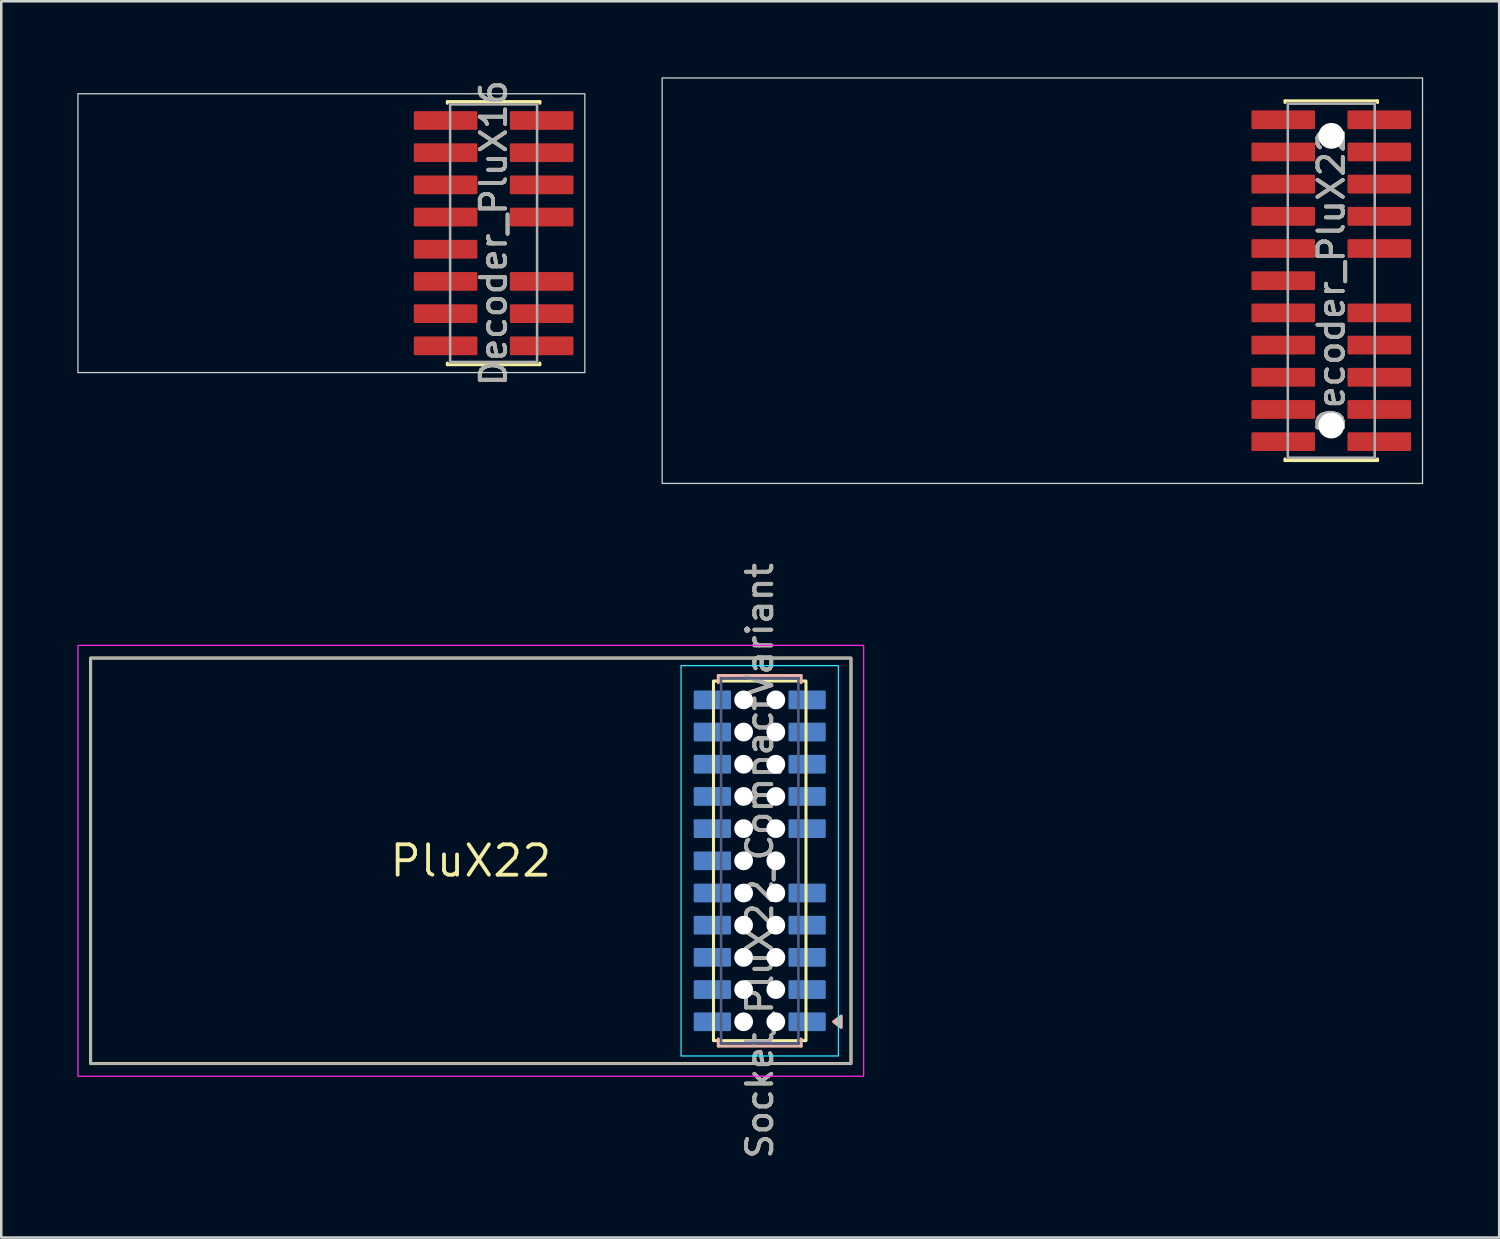
<source format=kicad_pcb>
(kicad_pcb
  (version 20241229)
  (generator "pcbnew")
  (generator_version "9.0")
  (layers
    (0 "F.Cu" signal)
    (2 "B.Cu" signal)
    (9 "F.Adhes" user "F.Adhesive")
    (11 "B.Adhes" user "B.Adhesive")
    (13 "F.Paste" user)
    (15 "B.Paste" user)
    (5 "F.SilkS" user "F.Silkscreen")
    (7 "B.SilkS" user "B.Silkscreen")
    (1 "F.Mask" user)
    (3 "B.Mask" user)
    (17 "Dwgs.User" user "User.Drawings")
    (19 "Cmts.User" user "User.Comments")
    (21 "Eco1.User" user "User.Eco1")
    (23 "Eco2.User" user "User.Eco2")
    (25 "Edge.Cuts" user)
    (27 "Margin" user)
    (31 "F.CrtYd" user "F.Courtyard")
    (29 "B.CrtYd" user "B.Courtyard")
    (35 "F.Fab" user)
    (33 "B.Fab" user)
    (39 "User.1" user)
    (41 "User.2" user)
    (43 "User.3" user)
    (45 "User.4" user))
  (footprint "Socket_PluX22_CompactVariant"
    (layer "F.Cu")
    (at 26.925 30.913)
    (property "Reference" "Socket_PluX22_CompactVariant" (at 0 0 90) (unlocked yes) (layer "F.SilkS") (effects (font (size 1 1) (thickness 0.15))))
    (attr smd)
    (fp_rect (start -26.4 -8) (end 3.6 8) (stroke (width 0.12) (type default)) (fill no) (layer "F.SilkS"))
    (fp_rect (start -1.825 -7.095) (end 1.825 7.095) (stroke (width 0.12) (type solid)) (fill no) (layer "F.SilkS"))
    (fp_line (start -1.635 -7.31) (end -1.635 -7.03) (stroke (width 0.12) (type solid)) (layer "B.SilkS"))
    (fp_line (start -1.635 7.31) (end -1.635 7.03) (stroke (width 0.12) (type default)) (layer "B.SilkS"))
    (fp_line (start -1.635 7.31) (end 1.635 7.31) (stroke (width 0.12) (type default)) (layer "B.SilkS"))
    (fp_line (start 1.635 -7.31) (end -1.635 -7.31) (stroke (width 0.12) (type default)) (layer "B.SilkS"))
    (fp_line (start 1.635 -7.31) (end 1.635 -7.03) (stroke (width 0.12) (type default)) (layer "B.SilkS"))
    (fp_line (start 1.635 7.31) (end 1.635 7.03) (stroke (width 0.12) (type solid)) (layer "B.SilkS"))
    (fp_poly (pts (xy 2.915 6.35) (xy 3.215 6.125) (xy 3.215 6.575)) (stroke (width 0.12) (type solid)) (fill yes) (layer "B.SilkS"))
    (fp_rect (start -3.105 -7.7) (end 3.105 7.7) (stroke (width 0.05) (type solid)) (fill no) (layer "B.CrtYd"))
    (fp_rect (start -26.9 -8.5) (end 4.1 8.5) (stroke (width 0.05) (type default)) (fill no) (layer "F.CrtYd"))
    (fp_rect (start 1.525 -7.2) (end -1.525 7.2) (stroke (width 0.1) (type solid)) (fill no) (layer "B.Fab"))
    (fp_rect (start -26.4 -8) (end 3.6 8) (stroke (width 0.1) (type solid)) (fill no) (layer "F.Fab"))
    (fp_text user "PluX22" (at -11.4 0 0) (unlocked yes) (layer "F.SilkS") (effects (font (size 1.2 1.2) (thickness 0.15))))
    (fp_text user "${REFERENCE}" (at 0 0 90) (unlocked yes) (layer "F.Fab") (effects (font (size 1 1) (thickness 0.15))))
    (pad "" np_thru_hole circle (at -0.635 -6.35) (size 0.74 0.74) (drill 0.74) (layers "*.Cu" "*.Mask"))
    (pad "" np_thru_hole circle (at -0.635 -5.08) (size 0.74 0.74) (drill 0.74) (layers "*.Cu" "*.Mask"))
    (pad "" np_thru_hole circle (at -0.635 -3.81) (size 0.74 0.74) (drill 0.74) (layers "*.Cu" "*.Mask"))
    (pad "" np_thru_hole circle (at -0.635 -2.54) (size 0.74 0.74) (drill 0.74) (layers "*.Cu" "*.Mask"))
    (pad "" np_thru_hole circle (at -0.635 -1.27) (size 0.74 0.74) (drill 0.74) (layers "*.Cu" "*.Mask"))
    (pad "" np_thru_hole circle (at -0.635 0) (size 0.74 0.74) (drill 0.74) (layers "*.Cu" "*.Mask"))
    (pad "" np_thru_hole circle (at -0.635 1.27) (size 0.74 0.74) (drill 0.74) (layers "*.Cu" "*.Mask"))
    (pad "" np_thru_hole circle (at -0.635 2.54) (size 0.74 0.74) (drill 0.74) (layers "*.Cu" "*.Mask"))
    (pad "" np_thru_hole circle (at -0.635 3.81) (size 0.74 0.74) (drill 0.74) (layers "*.Cu" "*.Mask"))
    (pad "" np_thru_hole circle (at -0.635 5.08) (size 0.74 0.74) (drill 0.74) (layers "*.Cu" "*.Mask"))
    (pad "" np_thru_hole circle (at -0.635 6.35) (size 0.74 0.74) (drill 0.74) (layers "*.Cu" "*.Mask"))
    (pad "" np_thru_hole circle (at 0.635 -6.35) (size 0.74 0.74) (drill 0.74) (layers "*.Cu" "*.Mask"))
    (pad "" np_thru_hole circle (at 0.635 -5.08) (size 0.74 0.74) (drill 0.74) (layers "*.Cu" "*.Mask"))
    (pad "" np_thru_hole circle (at 0.635 -3.81) (size 0.74 0.74) (drill 0.74) (layers "*.Cu" "*.Mask"))
    (pad "" np_thru_hole circle (at 0.635 -2.54) (size 0.74 0.74) (drill 0.74) (layers "*.Cu" "*.Mask"))
    (pad "" np_thru_hole circle (at 0.635 -1.27) (size 0.74 0.74) (drill 0.74) (layers "*.Cu" "*.Mask"))
    (pad "" np_thru_hole circle (at 0.635 0) (size 0.74 0.74) (drill 0.74) (layers "*.Cu" "*.Mask"))
    (pad "" np_thru_hole circle (at 0.635 1.27) (size 0.74 0.74) (drill 0.74) (layers "*.Cu" "*.Mask"))
    (pad "" np_thru_hole circle (at 0.635 2.54) (size 0.74 0.74) (drill 0.74) (layers "*.Cu" "*.Mask"))
    (pad "" np_thru_hole circle (at 0.635 3.81) (size 0.74 0.74) (drill 0.74) (layers "*.Cu" "*.Mask"))
    (pad "" np_thru_hole circle (at 0.635 5.08) (size 0.74 0.74) (drill 0.74) (layers "*.Cu" "*.Mask"))
    (pad "" np_thru_hole circle (at 0.635 6.35) (size 0.74 0.74) (drill 0.74) (layers "*.Cu" "*.Mask"))
    (pad "1" smd roundrect (at 1.87 6.35) (size 1.47 0.74) (layers "B.Cu" "B.Mask" "B.Paste") (roundrect_rratio 0.068))
    (pad "2" smd roundrect (at -1.87 6.35) (size 1.47 0.74) (layers "B.Cu" "B.Mask" "B.Paste") (roundrect_rratio 0.068))
    (pad "3" smd roundrect (at 1.87 5.08) (size 1.47 0.74) (layers "B.Cu" "B.Mask" "B.Paste") (roundrect_rratio 0.068))
    (pad "4" smd roundrect (at -1.87 5.08) (size 1.47 0.74) (layers "B.Cu" "B.Mask" "B.Paste") (roundrect_rratio 0.068))
    (pad "5" smd roundrect (at 1.87 3.81) (size 1.47 0.74) (layers "B.Cu" "B.Mask" "B.Paste") (roundrect_rratio 0.068))
    (pad "6" smd roundrect (at -1.87 3.81) (size 1.47 0.74) (layers "B.Cu" "B.Mask" "B.Paste") (roundrect_rratio 0.068))
    (pad "7" smd roundrect (at 1.87 2.54) (size 1.47 0.74) (layers "B.Cu" "B.Mask" "B.Paste") (roundrect_rratio 0.068))
    (pad "8" smd roundrect (at -1.87 2.54) (size 1.47 0.74) (layers "B.Cu" "B.Mask" "B.Paste") (roundrect_rratio 0.068))
    (pad "9" smd roundrect (at 1.87 1.27) (size 1.47 0.74) (layers "B.Cu" "B.Mask" "B.Paste") (roundrect_rratio 0.068))
    (pad "10" smd roundrect (at -1.87 1.27) (size 1.47 0.74) (layers "B.Cu" "B.Mask" "B.Paste") (roundrect_rratio 0.068))
    (pad "12" smd roundrect (at -1.87 0) (size 1.47 0.74) (layers "B.Cu" "B.Mask" "B.Paste") (roundrect_rratio 0.068))
    (pad "13" smd roundrect (at 1.87 -1.27) (size 1.47 0.74) (layers "B.Cu" "B.Mask" "B.Paste") (roundrect_rratio 0.068))
    (pad "14" smd roundrect (at -1.87 -1.27) (size 1.47 0.74) (layers "B.Cu" "B.Mask" "B.Paste") (roundrect_rratio 0.068))
    (pad "15" smd roundrect (at 1.87 -2.54) (size 1.47 0.74) (layers "B.Cu" "B.Mask" "B.Paste") (roundrect_rratio 0.068))
    (pad "16" smd roundrect (at -1.87 -2.54) (size 1.47 0.74) (layers "B.Cu" "B.Mask" "B.Paste") (roundrect_rratio 0.068))
    (pad "17" smd roundrect (at 1.87 -3.81) (size 1.47 0.74) (layers "B.Cu" "B.Mask" "B.Paste") (roundrect_rratio 0.068))
    (pad "18" smd roundrect (at -1.87 -3.81) (size 1.47 0.74) (layers "B.Cu" "B.Mask" "B.Paste") (roundrect_rratio 0.068))
    (pad "19" smd roundrect (at 1.87 -5.08) (size 1.47 0.74) (layers "B.Cu" "B.Mask" "B.Paste") (roundrect_rratio 0.068))
    (pad "20" smd roundrect (at -1.87 -5.08) (size 1.47 0.74) (layers "B.Cu" "B.Mask" "B.Paste") (roundrect_rratio 0.068))
    (pad "21" smd roundrect (at 1.87 -6.35) (size 1.47 0.74) (layers "B.Cu" "B.Mask" "B.Paste") (roundrect_rratio 0.068))
    (pad "22" smd roundrect (at -1.87 -6.35) (size 1.47 0.74) (layers "B.Cu" "B.Mask" "B.Paste") (roundrect_rratio 0.068)))
  (footprint "Decoder_PluX16"
    (layer "F.Cu")
    (at 16.425 6.149)
    (property "Reference" "Decoder_PluX16" (at 0 0 90) (unlocked yes) (layer "F.SilkS") (effects (font (size 1 1) (thickness 0.15))))
    (attr smd)
    (fp_line (start -1.825 -5.19) (end -1.825 -5.125) (stroke (width 0.12) (type solid)) (layer "F.SilkS"))
    (fp_line (start -1.825 5.19) (end -1.825 5.125) (stroke (width 0.12) (type default)) (layer "F.SilkS"))
    (fp_line (start 1.825 -5.19) (end -1.825 -5.19) (stroke (width 0.12) (type default)) (layer "F.SilkS"))
    (fp_line (start 1.825 -5.19) (end 1.825 -5.125) (stroke (width 0.12) (type solid)) (layer "F.SilkS"))
    (fp_line (start 1.825 5.19) (end -1.825 5.19) (stroke (width 0.12) (type default)) (layer "F.SilkS"))
    (fp_line (start 1.825 5.19) (end 1.825 5.125) (stroke (width 0.12) (type solid)) (layer "F.SilkS"))
    (fp_rect (start -16.4 -5.5) (end 3.6 5.5) (stroke (width 0.05) (type default)) (fill no) (layer "Edge.Cuts"))
    (fp_rect (start -1.715 -5.08) (end 1.715 5.08) (stroke (width 0.1) (type solid)) (fill no) (layer "F.Fab"))
    (fp_text user "${REFERENCE}" (at 0 0 90) (unlocked yes) (layer "F.Fab") (effects (font (size 1 1) (thickness 0.15))))
    (pad "3" smd roundrect (at 1.895 -4.445) (size 2.51 0.74) (layers "F.Cu" "F.Mask" "F.Paste") (roundrect_rratio 0.068))
    (pad "4" smd roundrect (at -1.895 -4.445) (size 2.51 0.74) (layers "F.Cu" "F.Mask" "F.Paste") (roundrect_rratio 0.068))
    (pad "5" smd roundrect (at 1.895 -3.175) (size 2.51 0.74) (layers "F.Cu" "F.Mask" "F.Paste") (roundrect_rratio 0.068))
    (pad "6" smd roundrect (at -1.895 -3.175) (size 2.51 0.74) (layers "F.Cu" "F.Mask" "F.Paste") (roundrect_rratio 0.068))
    (pad "7" smd roundrect (at 1.895 -1.905) (size 2.51 0.74) (layers "F.Cu" "F.Mask" "F.Paste") (roundrect_rratio 0.068))
    (pad "8" smd roundrect (at -1.895 -1.905) (size 2.51 0.74) (layers "F.Cu" "F.Mask" "F.Paste") (roundrect_rratio 0.068))
    (pad "9" smd roundrect (at 1.895 -0.635) (size 2.51 0.74) (layers "F.Cu" "F.Mask" "F.Paste") (roundrect_rratio 0.068))
    (pad "10" smd roundrect (at -1.895 -0.635) (size 2.51 0.74) (layers "F.Cu" "F.Mask" "F.Paste") (roundrect_rratio 0.068))
    (pad "12" smd roundrect (at -1.895 0.635) (size 2.51 0.74) (layers "F.Cu" "F.Mask" "F.Paste") (roundrect_rratio 0.068))
    (pad "13" smd roundrect (at 1.895 1.905) (size 2.51 0.74) (layers "F.Cu" "F.Mask" "F.Paste") (roundrect_rratio 0.068))
    (pad "14" smd roundrect (at -1.895 1.905) (size 2.51 0.74) (layers "F.Cu" "F.Mask" "F.Paste") (roundrect_rratio 0.068))
    (pad "15" smd roundrect (at 1.895 3.175) (size 2.51 0.74) (layers "F.Cu" "F.Mask" "F.Paste") (roundrect_rratio 0.068))
    (pad "16" smd roundrect (at -1.895 3.175) (size 2.51 0.74) (layers "F.Cu" "F.Mask" "F.Paste") (roundrect_rratio 0.068))
    (pad "17" smd roundrect (at 1.895 4.445) (size 2.51 0.74) (layers "F.Cu" "F.Mask" "F.Paste") (roundrect_rratio 0.068))
    (pad "18" smd roundrect (at -1.895 4.445) (size 2.51 0.74) (layers "F.Cu" "F.Mask" "F.Paste") (roundrect_rratio 0.068)))
  (footprint "Decoder_PluX22"
    (layer "F.Cu")
    (at 49.475 8.025)
    (property "Reference" "Decoder_PluX22" (at 0 0 90) (unlocked yes) (layer "F.SilkS") (effects (font (size 1 1) (thickness 0.15))))
    (attr smd)
    (fp_line (start -1.825 -7.095) (end -1.825 -7.03) (stroke (width 0.12) (type solid)) (layer "F.SilkS"))
    (fp_line (start -1.825 7.095) (end -1.825 7.03) (stroke (width 0.12) (type solid)) (layer "F.SilkS"))
    (fp_line (start 1.825 -7.095) (end -1.825 -7.095) (stroke (width 0.12) (type solid)) (layer "F.SilkS"))
    (fp_line (start 1.825 -7.095) (end 1.825 -7.03) (stroke (width 0.12) (type solid)) (layer "F.SilkS"))
    (fp_line (start 1.825 7.095) (end -1.825 7.095) (stroke (width 0.12) (type solid)) (layer "F.SilkS"))
    (fp_line (start 1.825 7.095) (end 1.825 7.03) (stroke (width 0.12) (type solid)) (layer "F.SilkS"))
    (fp_rect (start -26.4 -8) (end 3.6 8) (stroke (width 0.05) (type solid)) (fill no) (layer "Edge.Cuts"))
    (fp_rect (start -1.715 -6.985) (end 1.715 6.985) (stroke (width 0.1) (type solid)) (fill no) (layer "F.Fab"))
    (fp_text user "${REFERENCE}" (at 0 0 90) (unlocked yes) (layer "F.Fab") (effects (font (size 1 1) (thickness 0.15))))
    (pad "" np_thru_hole circle (at 0 -5.715 180) (size 1.02 1.02) (drill 1.02) (layers "*.Cu" "*.Mask"))
    (pad "" np_thru_hole circle (at 0 5.715 180) (size 1.02 1.02) (drill 1.02) (layers "*.Cu" "*.Mask"))
    (pad "1" smd roundrect (at 1.895 6.35 180) (size 2.51 0.74) (layers "F.Cu" "F.Mask" "F.Paste") (roundrect_rratio 0.068))
    (pad "2" smd roundrect (at -1.895 6.35 180) (size 2.51 0.74) (layers "F.Cu" "F.Mask" "F.Paste") (roundrect_rratio 0.068))
    (pad "3" smd roundrect (at 1.895 5.08 180) (size 2.51 0.74) (layers "F.Cu" "F.Mask" "F.Paste") (roundrect_rratio 0.068))
    (pad "4" smd roundrect (at -1.895 5.08 180) (size 2.51 0.74) (layers "F.Cu" "F.Mask" "F.Paste") (roundrect_rratio 0.068))
    (pad "5" smd roundrect (at 1.895 3.81 180) (size 2.51 0.74) (layers "F.Cu" "F.Mask" "F.Paste") (roundrect_rratio 0.068))
    (pad "6" smd roundrect (at -1.895 3.81 180) (size 2.51 0.74) (layers "F.Cu" "F.Mask" "F.Paste") (roundrect_rratio 0.068))
    (pad "7" smd roundrect (at 1.895 2.54 180) (size 2.51 0.74) (layers "F.Cu" "F.Mask" "F.Paste") (roundrect_rratio 0.068))
    (pad "8" smd roundrect (at -1.895 2.54 180) (size 2.51 0.74) (layers "F.Cu" "F.Mask" "F.Paste") (roundrect_rratio 0.068))
    (pad "9" smd roundrect (at 1.895 1.27 180) (size 2.51 0.74) (layers "F.Cu" "F.Mask" "F.Paste") (roundrect_rratio 0.068))
    (pad "10" smd roundrect (at -1.895 1.27 180) (size 2.51 0.74) (layers "F.Cu" "F.Mask" "F.Paste") (roundrect_rratio 0.068))
    (pad "12" smd roundrect (at -1.895 0 180) (size 2.51 0.74) (layers "F.Cu" "F.Mask" "F.Paste") (roundrect_rratio 0.068))
    (pad "13" smd roundrect (at 1.895 -1.27 180) (size 2.51 0.74) (layers "F.Cu" "F.Mask" "F.Paste") (roundrect_rratio 0.068))
    (pad "14" smd roundrect (at -1.895 -1.27 180) (size 2.51 0.74) (layers "F.Cu" "F.Mask" "F.Paste") (roundrect_rratio 0.068))
    (pad "15" smd roundrect (at 1.895 -2.54 180) (size 2.51 0.74) (layers "F.Cu" "F.Mask" "F.Paste") (roundrect_rratio 0.068))
    (pad "16" smd roundrect (at -1.895 -2.54 180) (size 2.51 0.74) (layers "F.Cu" "F.Mask" "F.Paste") (roundrect_rratio 0.068))
    (pad "17" smd roundrect (at 1.895 -3.81 180) (size 2.51 0.74) (layers "F.Cu" "F.Mask" "F.Paste") (roundrect_rratio 0.068))
    (pad "18" smd roundrect (at -1.895 -3.81 180) (size 2.51 0.74) (layers "F.Cu" "F.Mask" "F.Paste") (roundrect_rratio 0.068))
    (pad "19" smd roundrect (at 1.895 -5.08 180) (size 2.51 0.74) (layers "F.Cu" "F.Mask" "F.Paste") (roundrect_rratio 0.068))
    (pad "20" smd roundrect (at -1.895 -5.08 180) (size 2.51 0.74) (layers "F.Cu" "F.Mask" "F.Paste") (roundrect_rratio 0.068))
    (pad "21" smd roundrect (at 1.895 -6.35 180) (size 2.51 0.74) (layers "F.Cu" "F.Mask" "F.Paste") (roundrect_rratio 0.068))
    (pad "22" smd roundrect (at -1.895 -6.35 180) (size 2.51 0.74) (layers "F.Cu" "F.Mask" "F.Paste") (roundrect_rratio 0.068)))
  (gr_rect
    (start -3 -3)
    (end 56.1 45.776)
    (stroke (width 0.1) (type default))
    (fill no)
    (layer "Edge.Cuts")))
</source>
